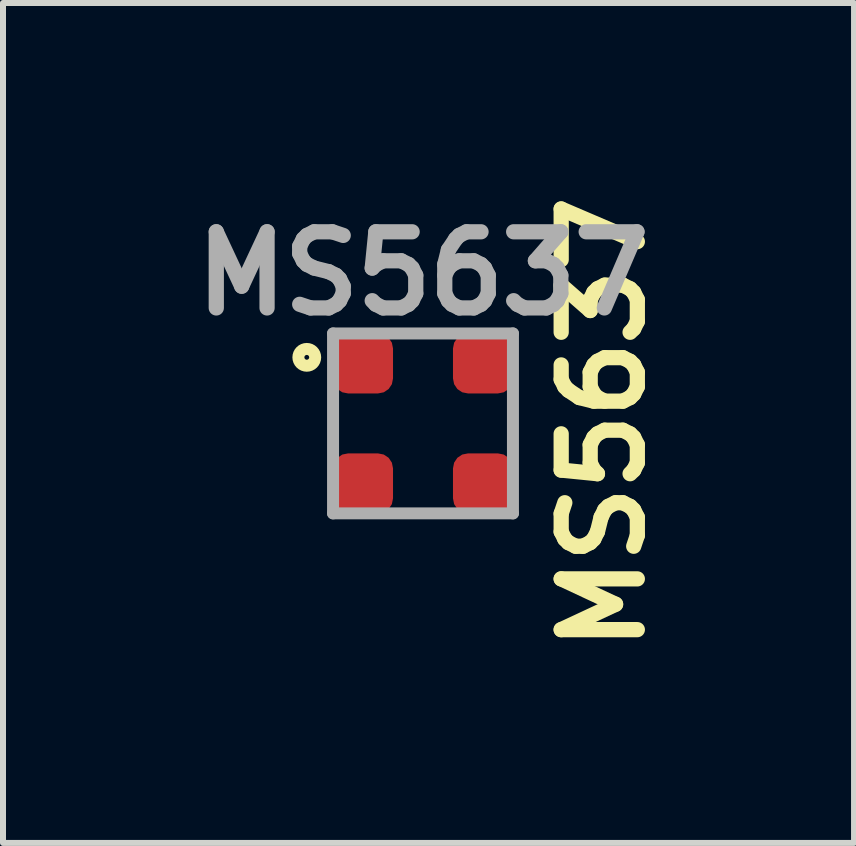
<source format=kicad_pcb>
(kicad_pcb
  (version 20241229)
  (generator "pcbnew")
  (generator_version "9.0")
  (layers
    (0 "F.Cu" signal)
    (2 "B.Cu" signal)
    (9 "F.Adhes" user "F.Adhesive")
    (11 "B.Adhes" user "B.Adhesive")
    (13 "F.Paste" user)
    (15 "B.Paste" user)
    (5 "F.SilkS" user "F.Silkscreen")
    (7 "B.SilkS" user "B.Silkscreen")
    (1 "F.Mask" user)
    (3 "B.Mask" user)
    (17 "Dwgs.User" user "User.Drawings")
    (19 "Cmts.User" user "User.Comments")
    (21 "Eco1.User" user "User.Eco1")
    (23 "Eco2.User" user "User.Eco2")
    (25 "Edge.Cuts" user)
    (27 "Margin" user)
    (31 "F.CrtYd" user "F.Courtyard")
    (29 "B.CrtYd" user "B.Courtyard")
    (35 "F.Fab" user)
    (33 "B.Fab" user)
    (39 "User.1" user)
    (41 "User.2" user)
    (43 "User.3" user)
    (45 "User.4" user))
  (footprint "MS5637"
    (layer "F.Cu")
    (at 4.004 4.011)
    (property "Reference" "MS5637" (at 3 -0.008 90) (layer "F.SilkS") (effects (font (size 1.27 1.27) (thickness 0.254))))
    (attr smd)
    (fp_circle (center -1.938 -1.102) (end -1.938 -1.062) (stroke (width 0.2) (type solid)) (fill no) (layer "F.SilkS"))
    (fp_line (start -1.5 -1.5) (end 1.5 -1.5) (stroke (width 0.2) (type solid)) (layer "F.Fab"))
    (fp_line (start -1.5 1.5) (end -1.5 -1.5) (stroke (width 0.2) (type solid)) (layer "F.Fab"))
    (fp_line (start 1.5 -1.5) (end 1.5 1.5) (stroke (width 0.2) (type solid)) (layer "F.Fab"))
    (fp_line (start 1.5 1.5) (end -1.5 1.5) (stroke (width 0.2) (type solid)) (layer "F.Fab"))
    (fp_text user "${REFERENCE}" (at 0 -2.5 0) (layer "F.Fab") (effects (font (size 1.27 1.27) (thickness 0.254))))
    (pad "1" smd roundrect (at -1 -1 90) (size 1 1) (layers "F.Cu" "F.Mask" "F.Paste") (roundrect_rratio 0.25))
    (pad "2" smd roundrect (at -1 1 90) (size 1 1) (layers "F.Cu" "F.Mask" "F.Paste") (roundrect_rratio 0.25))
    (pad "3" smd roundrect (at 1 1 90) (size 1 1) (layers "F.Cu" "F.Mask" "F.Paste") (roundrect_rratio 0.25))
    (pad "4" smd roundrect (at 1 -1 90) (size 1 1) (layers "F.Cu" "F.Mask" "F.Paste") (roundrect_rratio 0.25)))
  (gr_rect
    (start -3 -3)
    (end 11.192 11.007)
    (stroke (width 0.1) (type default))
    (fill no)
    (layer "Edge.Cuts")))
</source>
